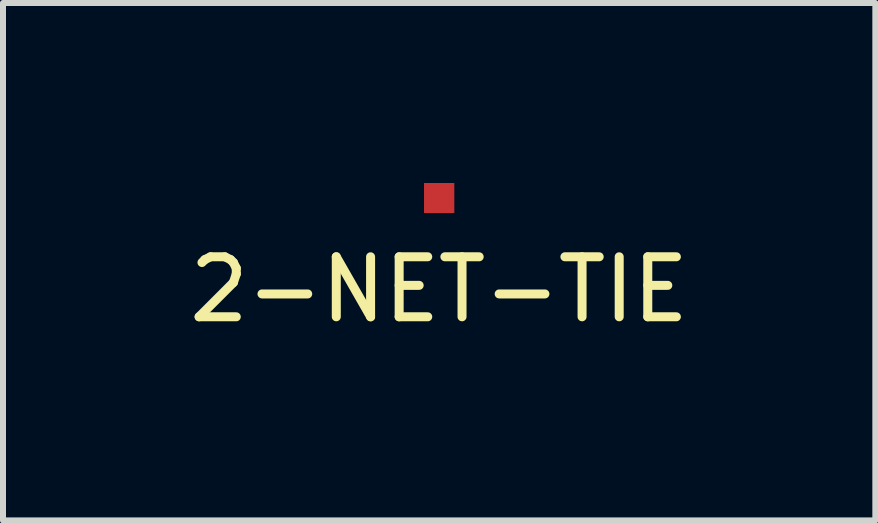
<source format=kicad_pcb>
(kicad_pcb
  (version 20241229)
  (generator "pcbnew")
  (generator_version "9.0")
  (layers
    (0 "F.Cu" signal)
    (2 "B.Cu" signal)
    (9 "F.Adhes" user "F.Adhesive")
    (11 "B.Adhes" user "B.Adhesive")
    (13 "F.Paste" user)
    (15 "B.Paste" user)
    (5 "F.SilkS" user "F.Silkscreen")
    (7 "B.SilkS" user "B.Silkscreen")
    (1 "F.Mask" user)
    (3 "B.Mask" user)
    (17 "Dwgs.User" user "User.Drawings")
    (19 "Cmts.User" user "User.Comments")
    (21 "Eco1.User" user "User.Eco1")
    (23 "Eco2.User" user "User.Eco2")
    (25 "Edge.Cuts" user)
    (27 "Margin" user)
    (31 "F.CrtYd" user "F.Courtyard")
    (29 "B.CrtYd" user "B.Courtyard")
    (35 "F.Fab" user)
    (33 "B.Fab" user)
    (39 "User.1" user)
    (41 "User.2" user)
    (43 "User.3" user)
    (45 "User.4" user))
  (footprint "2-NET-TIE"
    (layer "F.Cu")
    (at 4.268 0.25)
    (property "Reference" "2-NET-TIE" (at 0 1.524 0) (layer "F.SilkS") (effects (font (size 1 1) (thickness 0.15))))
    (attr through_hole)
    (pad "1" smd rect (at 0 0) (size 0.5 0.5) (layers "F.Cu" "F.Mask" "F.Paste"))
    (pad "2" smd rect (at 0 0) (size 0.5 0.5) (layers "F.Cu" "F.Mask" "F.Paste")))
  (gr_rect
    (start -3 -3)
    (end 11.536 5.622)
    (stroke (width 0.1) (type default))
    (fill no)
    (layer "Edge.Cuts")))
</source>
